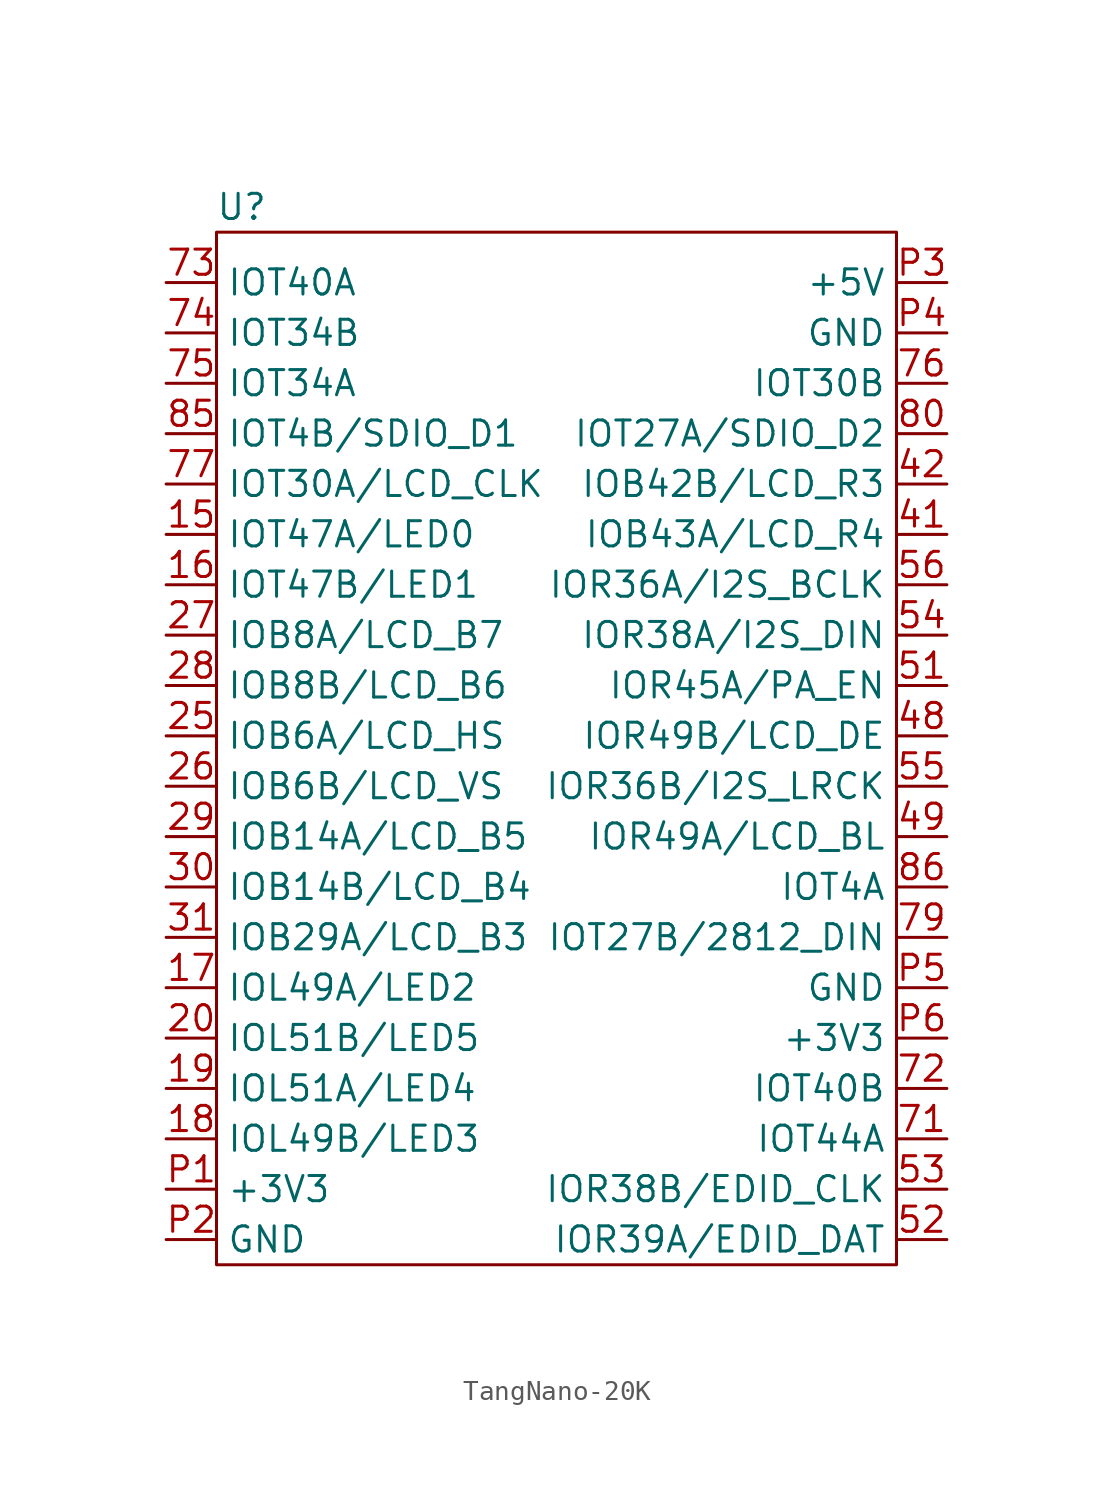
<source format=kicad_sym>
(kicad_symbol_lib
  (version 20241209)
  (generator "kicad_symbol_editor")
  (generator_version "9.0")
  (symbol "TangNano-20K"
    (property "Reference" "U"
      (at -16.51 27.94 0)
      (effects (font (size 1.27 1.27))))
    (property "Value" ""
      (at 0 0 0)
      (effects (font (size 1.27 1.27))))
    (symbol "TangNano-20K_0_1"
      (rectangle (start -17.78 26.67) (end 16.51 -25.4) (stroke (width 0) (type default)) (fill (type none))))
    (symbol "TangNano-20K_1_1"
      (pin bidirectional line (at -20.32 24.13 0) (length 2.54) (name "IOT40A" (effects (font (size 1.27 1.27)))) (number "73" (effects (font (size 1.27 1.27)))))
      (pin bidirectional line (at -20.32 21.59 0) (length 2.54) (name "IOT34B" (effects (font (size 1.27 1.27)))) (number "74" (effects (font (size 1.27 1.27)))))
      (pin bidirectional line (at -20.32 19.05 0) (length 2.54) (name "IOT34A" (effects (font (size 1.27 1.27)))) (number "75" (effects (font (size 1.27 1.27)))))
      (pin bidirectional line (at -20.32 16.51 0) (length 2.54) (name "IOT4B/SDIO_D1" (effects (font (size 1.27 1.27)))) (number "85" (effects (font (size 1.27 1.27)))))
      (pin bidirectional line (at -20.32 13.97 0) (length 2.54) (name "IOT30A/LCD_CLK" (effects (font (size 1.27 1.27)))) (number "77" (effects (font (size 1.27 1.27)))))
      (pin bidirectional line (at -20.32 11.43 0) (length 2.54) (name "IOT47A/LED0" (effects (font (size 1.27 1.27)))) (number "15" (effects (font (size 1.27 1.27)))))
      (pin bidirectional line (at -20.32 8.89 0) (length 2.54) (name "IOT47B/LED1" (effects (font (size 1.27 1.27)))) (number "16" (effects (font (size 1.27 1.27)))))
      (pin bidirectional line (at -20.32 6.35 0) (length 2.54) (name "IOB8A/LCD_B7" (effects (font (size 1.27 1.27)))) (number "27" (effects (font (size 1.27 1.27)))))
      (pin bidirectional line (at -20.32 3.81 0) (length 2.54) (name "IOB8B/LCD_B6" (effects (font (size 1.27 1.27)))) (number "28" (effects (font (size 1.27 1.27)))))
      (pin bidirectional line (at -20.32 1.27 0) (length 2.54) (name "IOB6A/LCD_HS" (effects (font (size 1.27 1.27)))) (number "25" (effects (font (size 1.27 1.27)))))
      (pin bidirectional line (at -20.32 -1.27 0) (length 2.54) (name "IOB6B/LCD_VS" (effects (font (size 1.27 1.27)))) (number "26" (effects (font (size 1.27 1.27)))))
      (pin bidirectional line (at -20.32 -3.81 0) (length 2.54) (name "IOB14A/LCD_B5" (effects (font (size 1.27 1.27)))) (number "29" (effects (font (size 1.27 1.27)))))
      (pin bidirectional line (at -20.32 -6.35 0) (length 2.54) (name "IOB14B/LCD_B4" (effects (font (size 1.27 1.27)))) (number "30" (effects (font (size 1.27 1.27)))))
      (pin bidirectional line (at -20.32 -8.89 0) (length 2.54) (name "IOB29A/LCD_B3" (effects (font (size 1.27 1.27)))) (number "31" (effects (font (size 1.27 1.27)))))
      (pin bidirectional line (at -20.32 -11.43 0) (length 2.54) (name "IOL49A/LED2" (effects (font (size 1.27 1.27)))) (number "17" (effects (font (size 1.27 1.27)))))
      (pin bidirectional line (at -20.32 -13.97 0) (length 2.54) (name "IOL51B/LED5" (effects (font (size 1.27 1.27)))) (number "20" (effects (font (size 1.27 1.27)))))
      (pin bidirectional line (at -20.32 -16.51 0) (length 2.54) (name "IOL51A/LED4" (effects (font (size 1.27 1.27)))) (number "19" (effects (font (size 1.27 1.27)))))
      (pin bidirectional line (at -20.32 -19.05 0) (length 2.54) (name "IOL49B/LED3" (effects (font (size 1.27 1.27)))) (number "18" (effects (font (size 1.27 1.27)))))
      (pin power_out line (at -20.32 -21.59 0) (length 2.54) (name "+3V3" (effects (font (size 1.27 1.27)))) (number "P1" (effects (font (size 1.27 1.27)))))
      (pin power_in line (at -20.32 -24.13 0) (length 2.54) (name "GND" (effects (font (size 1.27 1.27)))) (number "P2" (effects (font (size 1.27 1.27)))))
      (pin power_in line (at 19.05 24.13 180) (length 2.54) (name "+5V" (effects (font (size 1.27 1.27)))) (number "P3" (effects (font (size 1.27 1.27)))))
      (pin power_in line (at 19.05 21.59 180) (length 2.54) (name "GND" (effects (font (size 1.27 1.27)))) (number "P4" (effects (font (size 1.27 1.27)))))
      (pin bidirectional line (at 19.05 19.05 180) (length 2.54) (name "IOT30B" (effects (font (size 1.27 1.27)))) (number "76" (effects (font (size 1.27 1.27)))))
      (pin bidirectional line (at 19.05 16.51 180) (length 2.54) (name "IOT27A/SDIO_D2" (effects (font (size 1.27 1.27)))) (number "80" (effects (font (size 1.27 1.27)))))
      (pin bidirectional line (at 19.05 13.97 180) (length 2.54) (name "IOB42B/LCD_R3" (effects (font (size 1.27 1.27)))) (number "42" (effects (font (size 1.27 1.27)))))
      (pin bidirectional line (at 19.05 11.43 180) (length 2.54) (name "IOB43A/LCD_R4" (effects (font (size 1.27 1.27)))) (number "41" (effects (font (size 1.27 1.27)))))
      (pin bidirectional line (at 19.05 8.89 180) (length 2.54) (name "IOR36A/I2S_BCLK" (effects (font (size 1.27 1.27)))) (number "56" (effects (font (size 1.27 1.27)))))
      (pin bidirectional line (at 19.05 6.35 180) (length 2.54) (name "IOR38A/I2S_DIN" (effects (font (size 1.27 1.27)))) (number "54" (effects (font (size 1.27 1.27)))))
      (pin bidirectional line (at 19.05 3.81 180) (length 2.54) (name "IOR45A/PA_EN" (effects (font (size 1.27 1.27)))) (number "51" (effects (font (size 1.27 1.27)))))
      (pin bidirectional line (at 19.05 1.27 180) (length 2.54) (name "IOR49B/LCD_DE" (effects (font (size 1.27 1.27)))) (number "48" (effects (font (size 1.27 1.27)))))
      (pin bidirectional line (at 19.05 -1.27 180) (length 2.54) (name "IOR36B/I2S_LRCK" (effects (font (size 1.27 1.27)))) (number "55" (effects (font (size 1.27 1.27)))))
      (pin bidirectional line (at 19.05 -3.81 180) (length 2.54) (name "IOR49A/LCD_BL" (effects (font (size 1.27 1.27)))) (number "49" (effects (font (size 1.27 1.27)))))
      (pin bidirectional line (at 19.05 -6.35 180) (length 2.54) (name "IOT4A" (effects (font (size 1.27 1.27)))) (number "86" (effects (font (size 1.27 1.27)))))
      (pin bidirectional line (at 19.05 -8.89 180) (length 2.54) (name "IOT27B/2812_DIN" (effects (font (size 1.27 1.27)))) (number "79" (effects (font (size 1.27 1.27)))))
      (pin power_in line (at 19.05 -11.43 180) (length 2.54) (name "GND" (effects (font (size 1.27 1.27)))) (number "P5" (effects (font (size 1.27 1.27)))))
      (pin power_out line (at 19.05 -13.97 180) (length 2.54) (name "+3V3" (effects (font (size 1.27 1.27)))) (number "P6" (effects (font (size 1.27 1.27)))))
      (pin bidirectional line (at 19.05 -16.51 180) (length 2.54) (name "IOT40B" (effects (font (size 1.27 1.27)))) (number "72" (effects (font (size 1.27 1.27)))))
      (pin bidirectional line (at 19.05 -19.05 180) (length 2.54) (name "IOT44A" (effects (font (size 1.27 1.27)))) (number "71" (effects (font (size 1.27 1.27)))))
      (pin bidirectional line (at 19.05 -21.59 180) (length 2.54) (name "IOR38B/EDID_CLK" (effects (font (size 1.27 1.27)))) (number "53" (effects (font (size 1.27 1.27)))))
      (pin bidirectional line (at 19.05 -24.13 180) (length 2.54) (name "IOR39A/EDID_DAT" (effects (font (size 1.27 1.27)))) (number "52" (effects (font (size 1.27 1.27))))))))
</source>
